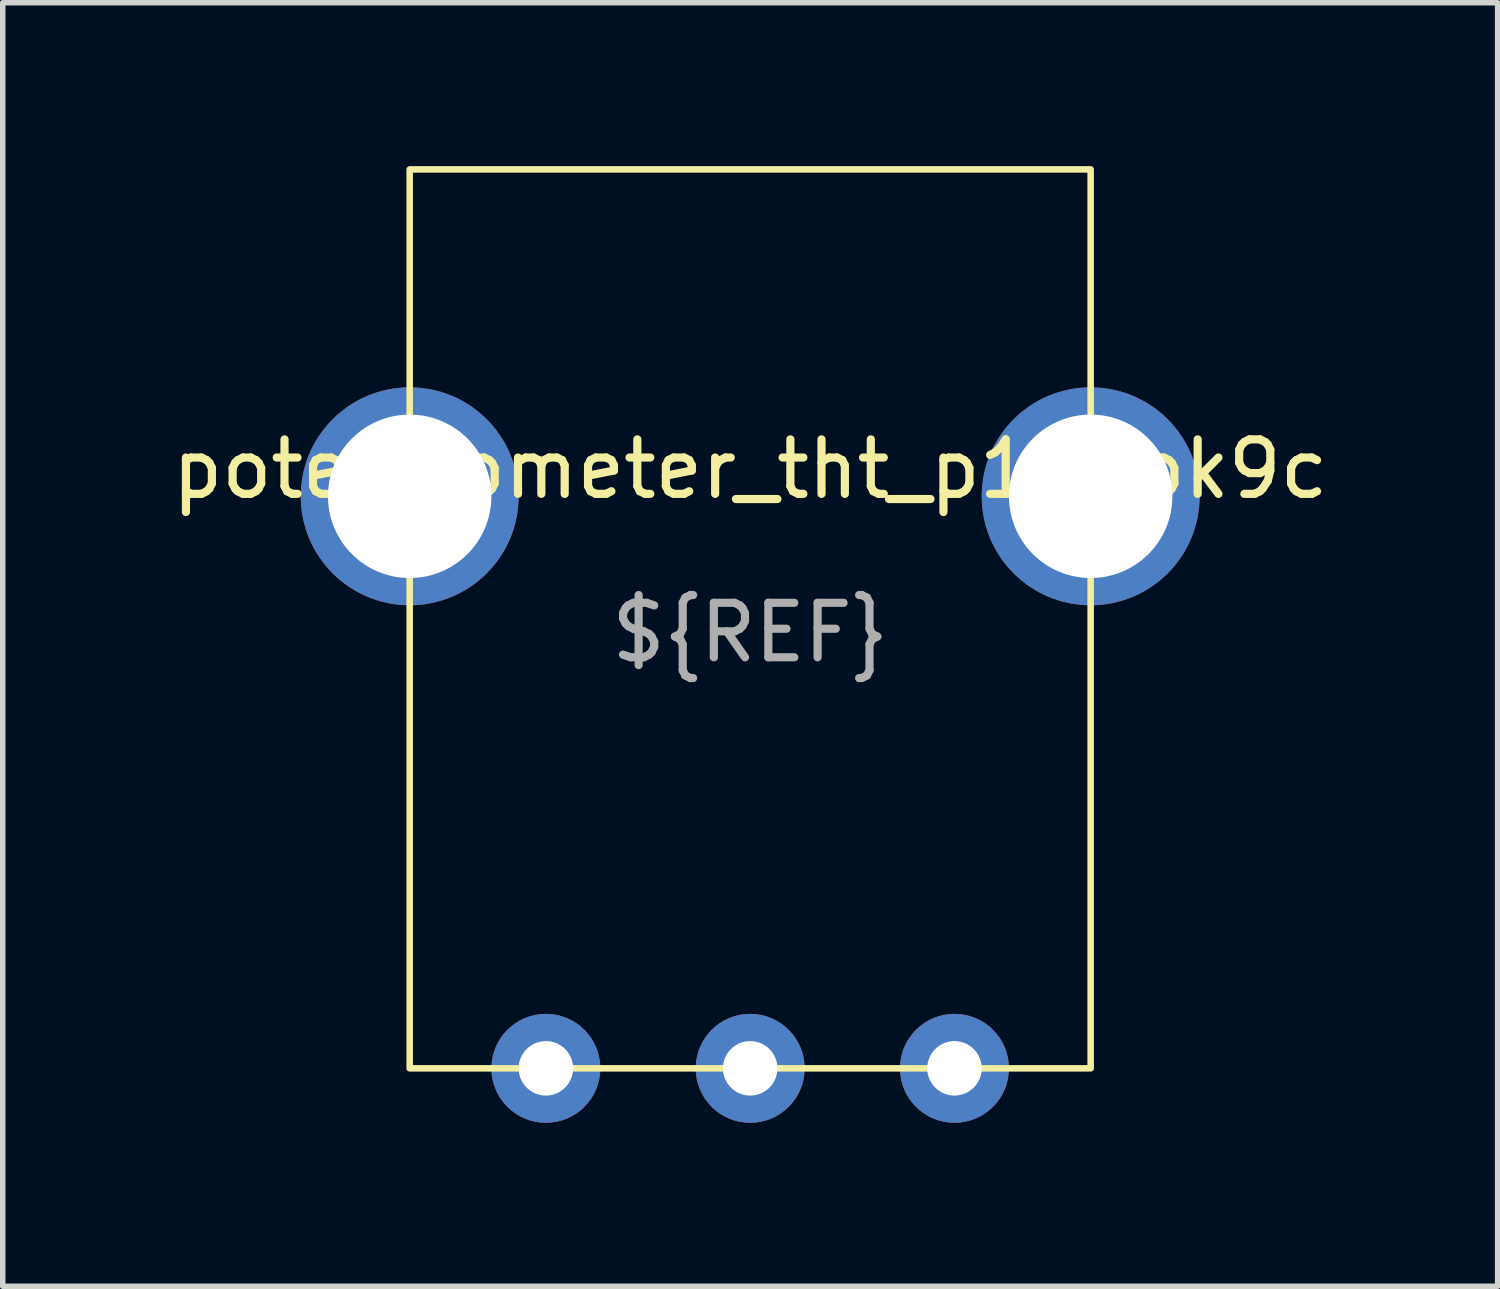
<source format=kicad_pcb>
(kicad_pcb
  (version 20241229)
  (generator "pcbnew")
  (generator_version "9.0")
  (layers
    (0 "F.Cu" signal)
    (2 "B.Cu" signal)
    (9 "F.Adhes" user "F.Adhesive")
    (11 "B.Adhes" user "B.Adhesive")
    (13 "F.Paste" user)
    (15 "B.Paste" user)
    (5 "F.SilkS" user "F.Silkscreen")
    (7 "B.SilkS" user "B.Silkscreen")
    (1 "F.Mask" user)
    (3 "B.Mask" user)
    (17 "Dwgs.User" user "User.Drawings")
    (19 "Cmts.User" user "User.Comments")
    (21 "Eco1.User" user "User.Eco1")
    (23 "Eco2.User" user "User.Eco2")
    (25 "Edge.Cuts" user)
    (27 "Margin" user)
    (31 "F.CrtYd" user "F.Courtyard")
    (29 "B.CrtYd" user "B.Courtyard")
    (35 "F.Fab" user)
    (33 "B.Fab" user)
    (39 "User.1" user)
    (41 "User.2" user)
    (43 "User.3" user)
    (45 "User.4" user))
  (footprint "potentiometer_tht_p120pk9c"
    (layer "F.Cu")
    (at 10.72 6.06)
    (property "Reference" "potentiometer_tht_p120pk9c" (at 0 -0.5 0) (unlocked yes) (layer "F.SilkS") (effects (font (size 1 1) (thickness 0.15))))
    (attr through_hole)
    (fp_rect (start -6.25 -6) (end 6.25 10.5) (stroke (width 0.12) (type default)) (fill no) (layer "F.SilkS"))
    (fp_text user "${REF}" (at 0 2.5 0) (unlocked yes) (layer "F.Fab") (effects (font (size 1 1) (thickness 0.15))))
    (pad "" thru_hole circle (at -6.25 0) (size 4 4) (drill 3) (layers "*.Cu" "*.Mask"))
    (pad "" thru_hole circle (at 6.25 0) (size 4 4) (drill 3) (layers "*.Cu" "*.Mask"))
    (pad "1" thru_hole circle (at -3.75 10.5) (size 2 2) (drill 1) (layers "*.Cu" "*.Mask"))
    (pad "2" thru_hole circle (at 0 10.5) (size 2 2) (drill 1) (layers "*.Cu" "*.Mask"))
    (pad "3" thru_hole circle (at 3.75 10.5) (size 2 2) (drill 1) (layers "*.Cu" "*.Mask")))
  (gr_rect
    (start -3 -3)
    (end 24.44 20.56)
    (stroke (width 0.1) (type default))
    (fill no)
    (layer "Edge.Cuts")))
</source>
